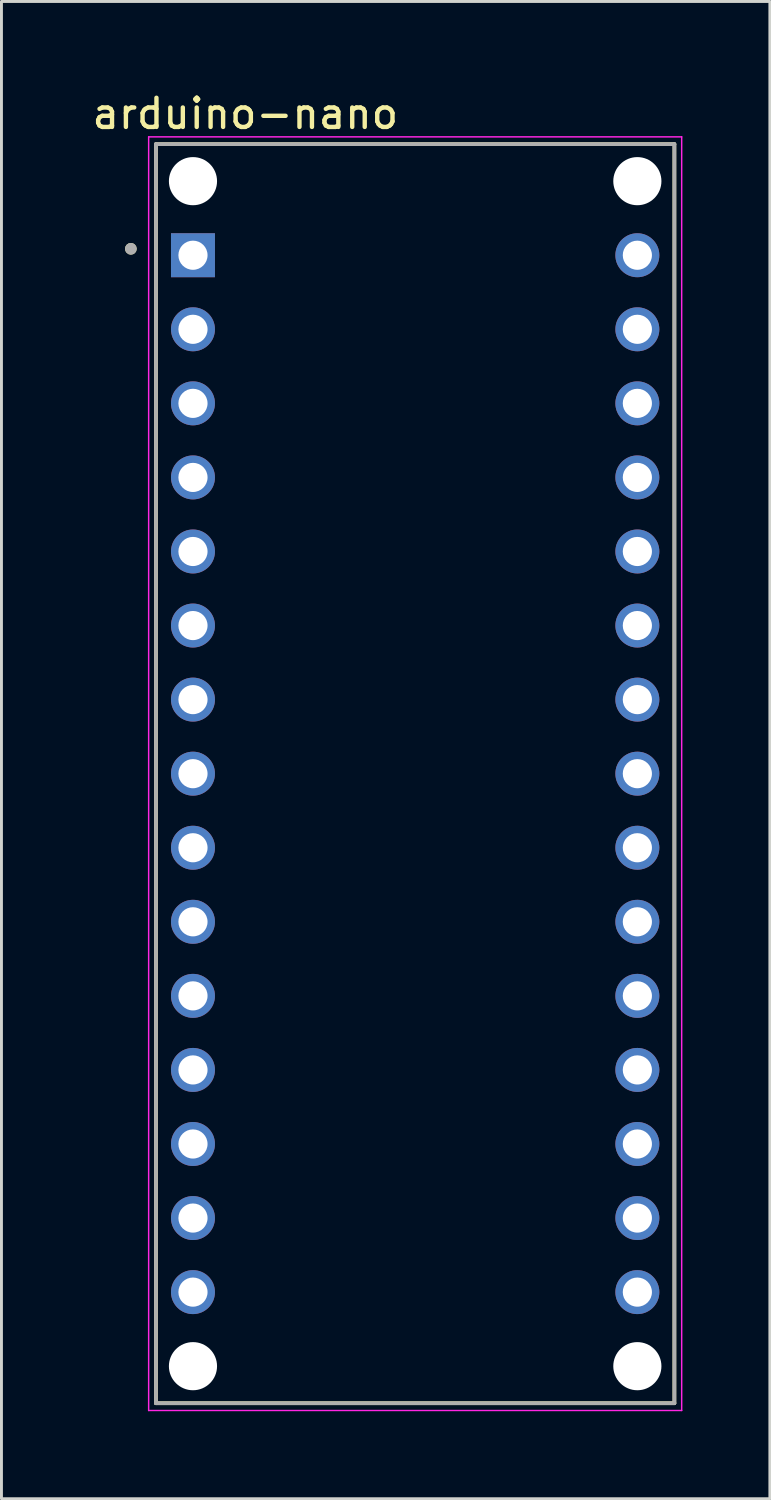
<source format=kicad_pcb>
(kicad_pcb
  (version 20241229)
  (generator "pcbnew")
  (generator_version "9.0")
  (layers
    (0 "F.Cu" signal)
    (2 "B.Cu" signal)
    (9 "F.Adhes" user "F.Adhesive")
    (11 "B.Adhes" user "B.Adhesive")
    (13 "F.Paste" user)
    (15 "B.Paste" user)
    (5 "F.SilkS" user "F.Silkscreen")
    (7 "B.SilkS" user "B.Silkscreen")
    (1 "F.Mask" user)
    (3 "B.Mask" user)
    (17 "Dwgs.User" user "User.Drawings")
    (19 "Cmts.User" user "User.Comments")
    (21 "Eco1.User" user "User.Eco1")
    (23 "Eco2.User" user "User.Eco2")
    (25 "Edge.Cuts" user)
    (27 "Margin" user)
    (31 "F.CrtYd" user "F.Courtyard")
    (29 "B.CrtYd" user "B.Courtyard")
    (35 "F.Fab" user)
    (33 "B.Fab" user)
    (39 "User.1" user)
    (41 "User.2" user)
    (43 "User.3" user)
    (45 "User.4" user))
  (footprint "arduino-nano"
    (layer "F.Cu")
    (at 11.188 23.483)
    (property "Reference" "arduino-nano" (at -5.825 -22.635 0) (layer "F.SilkS") (effects (font (size 1 1) (thickness 0.15))))
    (attr through_hole)
    (fp_line (start -8.89 -21.59) (end 8.89 -21.59) (stroke (width 0.127) (type solid)) (layer "F.SilkS"))
    (fp_line (start -8.89 21.59) (end -8.89 -21.59) (stroke (width 0.127) (type solid)) (layer "F.SilkS"))
    (fp_line (start 8.89 -21.59) (end 8.89 21.59) (stroke (width 0.127) (type solid)) (layer "F.SilkS"))
    (fp_line (start 8.89 21.59) (end -8.89 21.59) (stroke (width 0.127) (type solid)) (layer "F.SilkS"))
    (fp_circle (center -9.75 -18) (end -9.65 -18) (stroke (width 0.2) (type solid)) (fill no) (layer "F.SilkS"))
    (fp_line (start -9.14 -21.84) (end 9.14 -21.84) (stroke (width 0.05) (type solid)) (layer "F.CrtYd"))
    (fp_line (start -9.14 21.84) (end -9.14 -21.84) (stroke (width 0.05) (type solid)) (layer "F.CrtYd"))
    (fp_line (start 9.14 -21.84) (end 9.14 21.84) (stroke (width 0.05) (type solid)) (layer "F.CrtYd"))
    (fp_line (start 9.14 21.84) (end -9.14 21.84) (stroke (width 0.05) (type solid)) (layer "F.CrtYd"))
    (fp_line (start -8.89 -21.59) (end 8.89 -21.59) (stroke (width 0.127) (type solid)) (layer "F.Fab"))
    (fp_line (start -8.89 21.59) (end -8.89 -21.59) (stroke (width 0.127) (type solid)) (layer "F.Fab"))
    (fp_line (start 8.89 -21.59) (end 8.89 21.59) (stroke (width 0.127) (type solid)) (layer "F.Fab"))
    (fp_line (start 8.89 21.59) (end -8.89 21.59) (stroke (width 0.127) (type solid)) (layer "F.Fab"))
    (fp_circle (center -9.75 -18) (end -9.65 -18) (stroke (width 0.2) (type solid)) (fill no) (layer "F.Fab"))
    (pad "" np_thru_hole circle (at -7.62 -20.32) (size 1.651 1.651) (drill 1.651) (layers "*.Cu" "*.Mask"))
    (pad "" np_thru_hole circle (at -7.62 20.32) (size 1.651 1.651) (drill 1.651) (layers "*.Cu" "*.Mask"))
    (pad "" np_thru_hole circle (at 7.62 -20.32) (size 1.651 1.651) (drill 1.651) (layers "*.Cu" "*.Mask"))
    (pad "" np_thru_hole circle (at 7.62 20.32) (size 1.651 1.651) (drill 1.651) (layers "*.Cu" "*.Mask"))
    (pad "1" thru_hole rect (at -7.62 -17.78) (size 1.508 1.508) (drill 1) (layers "*.Cu" "*.Mask"))
    (pad "2" thru_hole circle (at -7.62 -15.24) (size 1.508 1.508) (drill 1) (layers "*.Cu" "*.Mask"))
    (pad "3" thru_hole circle (at -7.62 -12.7) (size 1.508 1.508) (drill 1) (layers "*.Cu" "*.Mask"))
    (pad "4" thru_hole circle (at -7.62 -10.16) (size 1.508 1.508) (drill 1) (layers "*.Cu" "*.Mask"))
    (pad "5" thru_hole circle (at -7.62 -7.62) (size 1.508 1.508) (drill 1) (layers "*.Cu" "*.Mask"))
    (pad "6" thru_hole circle (at -7.62 -5.08) (size 1.508 1.508) (drill 1) (layers "*.Cu" "*.Mask"))
    (pad "7" thru_hole circle (at -7.62 -2.54) (size 1.508 1.508) (drill 1) (layers "*.Cu" "*.Mask"))
    (pad "8" thru_hole circle (at -7.62 0) (size 1.508 1.508) (drill 1) (layers "*.Cu" "*.Mask"))
    (pad "9" thru_hole circle (at -7.62 2.54) (size 1.508 1.508) (drill 1) (layers "*.Cu" "*.Mask"))
    (pad "10" thru_hole circle (at -7.62 5.08) (size 1.508 1.508) (drill 1) (layers "*.Cu" "*.Mask"))
    (pad "11" thru_hole circle (at -7.62 7.62) (size 1.508 1.508) (drill 1) (layers "*.Cu" "*.Mask"))
    (pad "12" thru_hole circle (at -7.62 10.16) (size 1.508 1.508) (drill 1) (layers "*.Cu" "*.Mask"))
    (pad "13" thru_hole circle (at -7.62 12.7) (size 1.508 1.508) (drill 1) (layers "*.Cu" "*.Mask"))
    (pad "14" thru_hole circle (at -7.62 15.24) (size 1.508 1.508) (drill 1) (layers "*.Cu" "*.Mask"))
    (pad "15" thru_hole circle (at -7.62 17.78) (size 1.508 1.508) (drill 1) (layers "*.Cu" "*.Mask"))
    (pad "16" thru_hole circle (at 7.62 17.78) (size 1.508 1.508) (drill 1) (layers "*.Cu" "*.Mask"))
    (pad "17" thru_hole circle (at 7.62 15.24) (size 1.508 1.508) (drill 1) (layers "*.Cu" "*.Mask"))
    (pad "18" thru_hole circle (at 7.62 12.7) (size 1.508 1.508) (drill 1) (layers "*.Cu" "*.Mask"))
    (pad "19" thru_hole circle (at 7.62 10.16) (size 1.508 1.508) (drill 1) (layers "*.Cu" "*.Mask"))
    (pad "20" thru_hole circle (at 7.62 7.62) (size 1.508 1.508) (drill 1) (layers "*.Cu" "*.Mask"))
    (pad "21" thru_hole circle (at 7.62 5.08) (size 1.508 1.508) (drill 1) (layers "*.Cu" "*.Mask"))
    (pad "22" thru_hole circle (at 7.62 2.54) (size 1.508 1.508) (drill 1) (layers "*.Cu" "*.Mask"))
    (pad "23" thru_hole circle (at 7.62 0) (size 1.508 1.508) (drill 1) (layers "*.Cu" "*.Mask"))
    (pad "24" thru_hole circle (at 7.62 -2.54) (size 1.508 1.508) (drill 1) (layers "*.Cu" "*.Mask"))
    (pad "25" thru_hole circle (at 7.62 -5.08) (size 1.508 1.508) (drill 1) (layers "*.Cu" "*.Mask"))
    (pad "26" thru_hole circle (at 7.62 -7.62) (size 1.508 1.508) (drill 1) (layers "*.Cu" "*.Mask"))
    (pad "27" thru_hole circle (at 7.62 -10.16) (size 1.508 1.508) (drill 1) (layers "*.Cu" "*.Mask"))
    (pad "28" thru_hole circle (at 7.62 -12.7) (size 1.508 1.508) (drill 1) (layers "*.Cu" "*.Mask"))
    (pad "29" thru_hole circle (at 7.62 -15.24) (size 1.508 1.508) (drill 1) (layers "*.Cu" "*.Mask"))
    (pad "30" thru_hole circle (at 7.62 -17.78) (size 1.508 1.508) (drill 1) (layers "*.Cu" "*.Mask")))
  (gr_rect
    (start -3 -3)
    (end 23.353 48.348)
    (stroke (width 0.1) (type default))
    (fill no)
    (layer "Edge.Cuts")))
</source>
